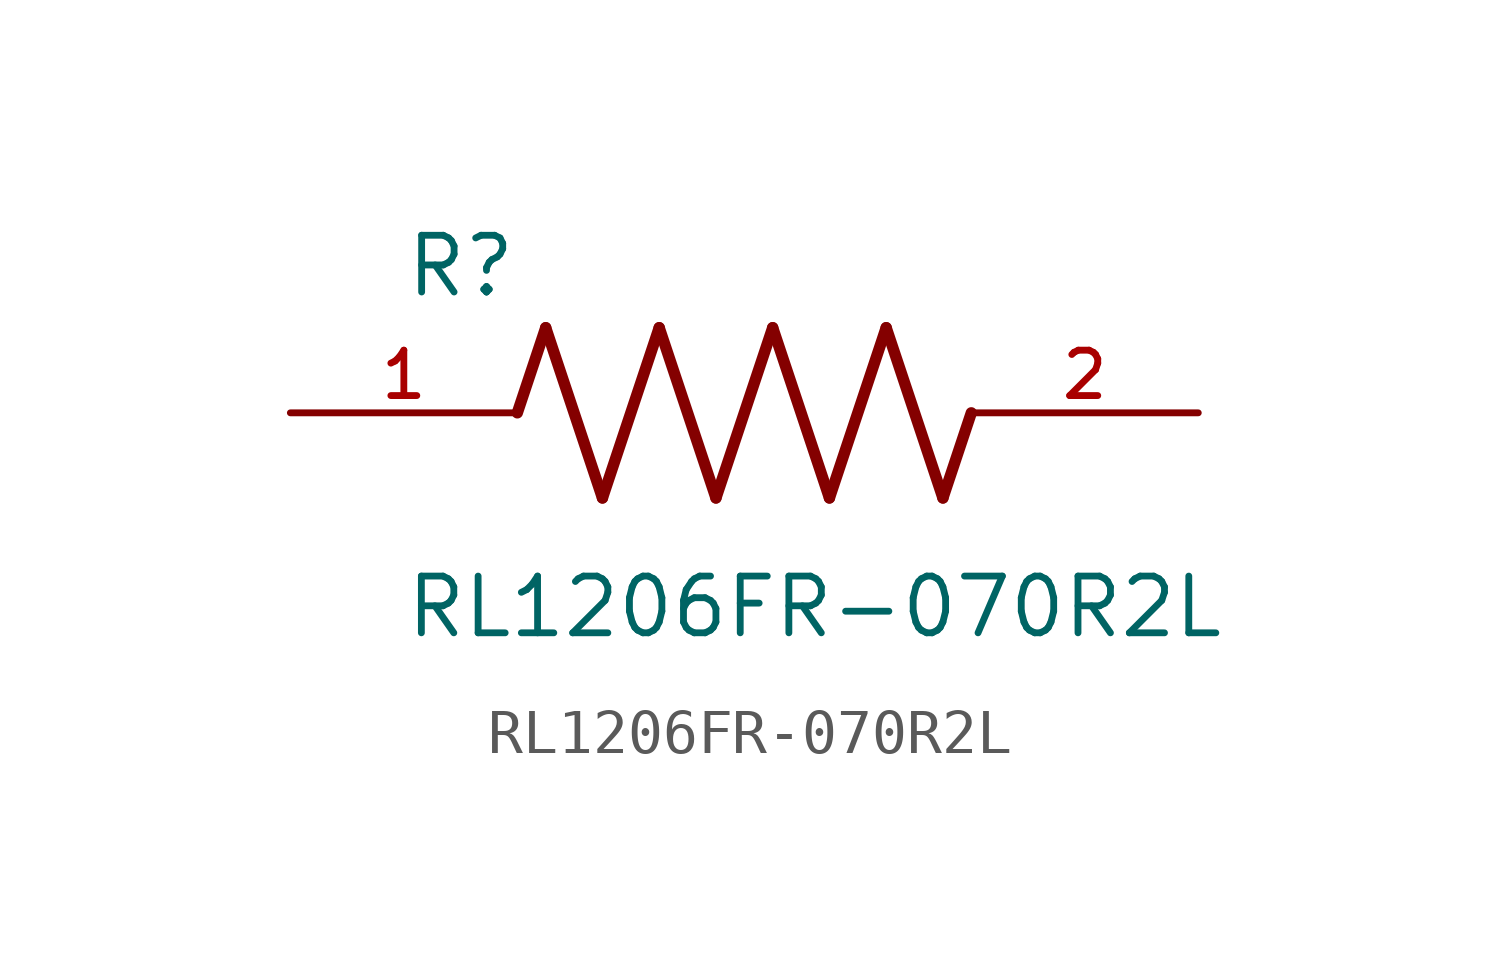
<source format=kicad_sym>
(kicad_symbol_lib
  (version 20211014)
  (generator kicad_symbol_editor)
  (symbol "RL1206FR-070R2L"
    (pin_names
      (offset 1.016))
    (property "Reference" "R"
      (at -7.624 2.541 0)
      (effects (font (size 1.27 1.27)) (justify bottom left)))
    (property "Value" "RL1206FR-070R2L"
      (at -7.63 -5.087 0)
      (effects (font (size 1.27 1.27)) (justify bottom left)))
    (symbol "RL1206FR-070R2L_0_0"
      (polyline (pts (xy -5.08 0.0) (xy -4.445 1.905)) (stroke (width 0.254)))
      (polyline (pts (xy -4.445 1.905) (xy -3.175 -1.905)) (stroke (width 0.254)))
      (polyline (pts (xy -3.175 -1.905) (xy -1.905 1.905)) (stroke (width 0.254)))
      (polyline (pts (xy -1.905 1.905) (xy -0.635 -1.905)) (stroke (width 0.254)))
      (polyline (pts (xy -0.635 -1.905) (xy 0.635 1.905)) (stroke (width 0.254)))
      (polyline (pts (xy 0.635 1.905) (xy 1.905 -1.905)) (stroke (width 0.254)))
      (polyline (pts (xy 1.905 -1.905) (xy 3.175 1.905)) (stroke (width 0.254)))
      (polyline (pts (xy 3.175 1.905) (xy 4.445 -1.905)) (stroke (width 0.254)))
      (polyline (pts (xy 4.445 -1.905) (xy 5.08 0.0)) (stroke (width 0.254)))
      (pin passive line (at -10.16 0.0 0) (length 5.08) (name "~" (effects (font (size 1.016 1.016)))) (number "1" (effects (font (size 1.016 1.016)))))
      (pin passive line (at 10.16 0.0 180.0) (length 5.08) (name "~" (effects (font (size 1.016 1.016)))) (number "2" (effects (font (size 1.016 1.016))))))))
</source>
